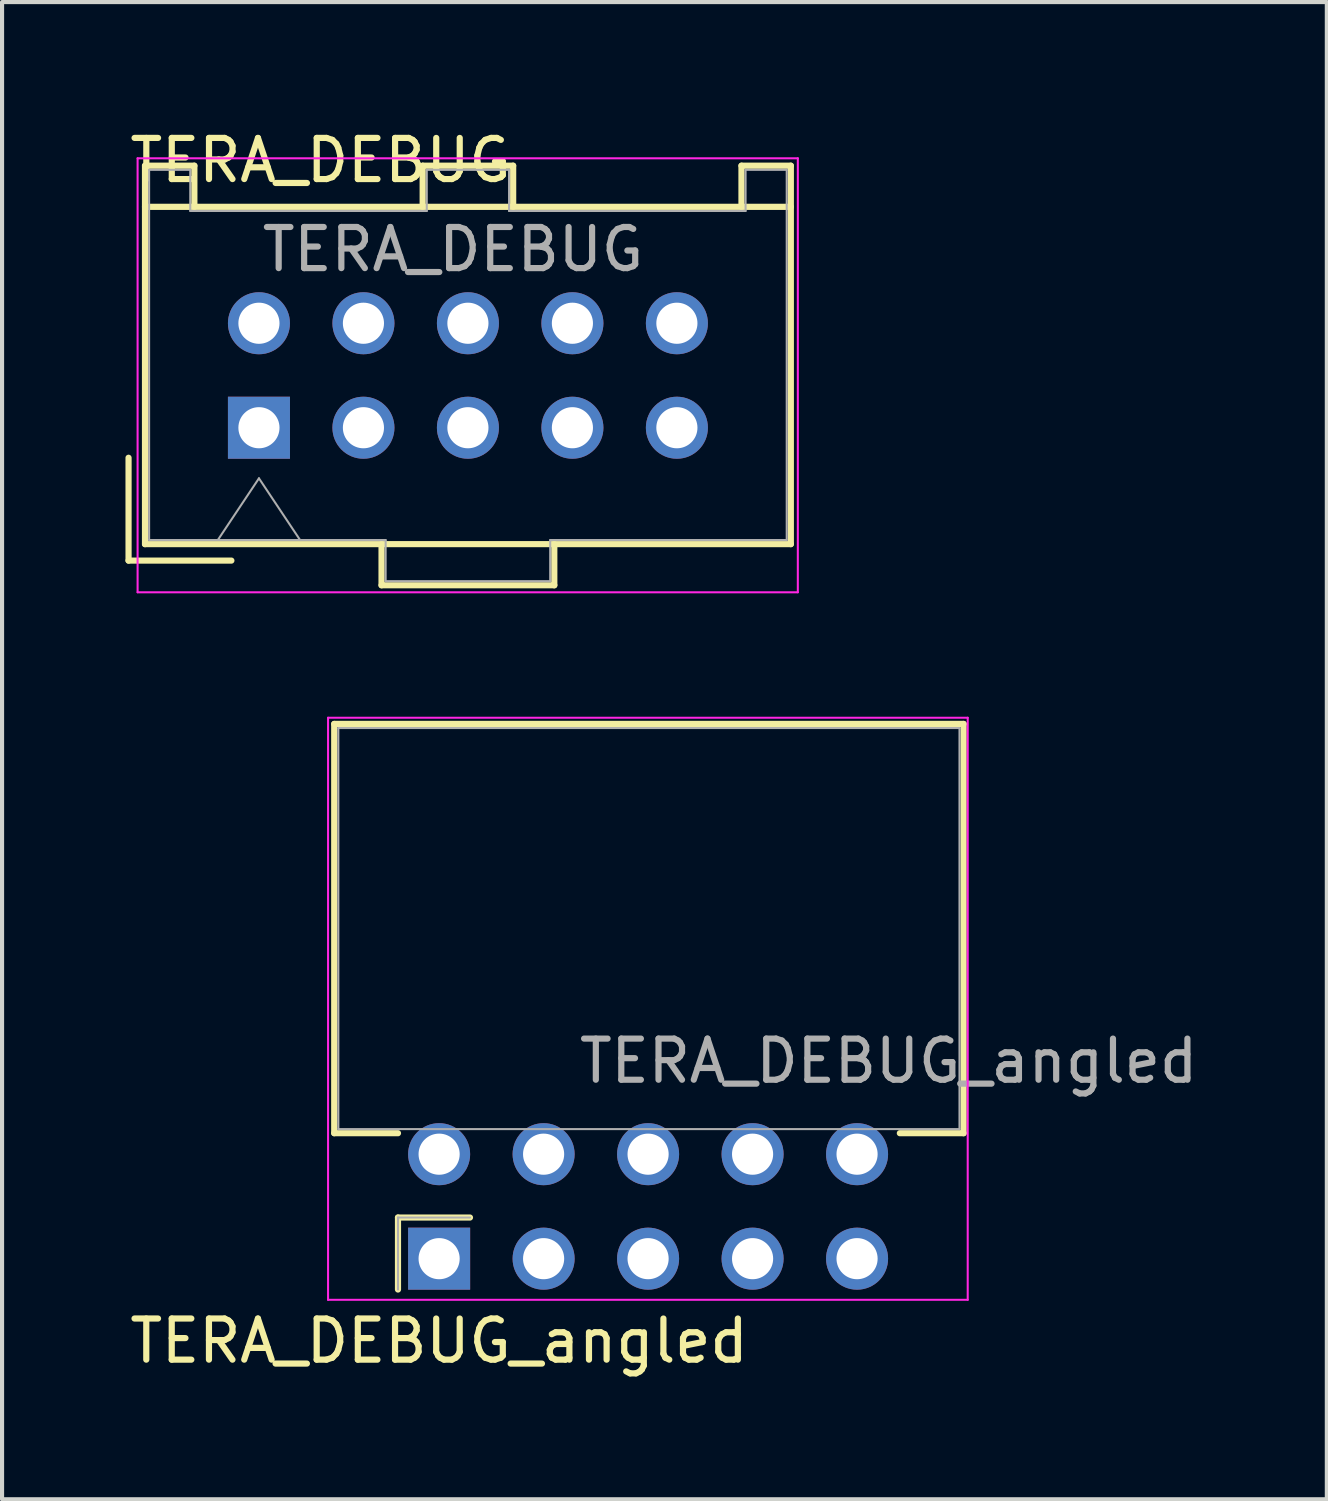
<source format=kicad_pcb>
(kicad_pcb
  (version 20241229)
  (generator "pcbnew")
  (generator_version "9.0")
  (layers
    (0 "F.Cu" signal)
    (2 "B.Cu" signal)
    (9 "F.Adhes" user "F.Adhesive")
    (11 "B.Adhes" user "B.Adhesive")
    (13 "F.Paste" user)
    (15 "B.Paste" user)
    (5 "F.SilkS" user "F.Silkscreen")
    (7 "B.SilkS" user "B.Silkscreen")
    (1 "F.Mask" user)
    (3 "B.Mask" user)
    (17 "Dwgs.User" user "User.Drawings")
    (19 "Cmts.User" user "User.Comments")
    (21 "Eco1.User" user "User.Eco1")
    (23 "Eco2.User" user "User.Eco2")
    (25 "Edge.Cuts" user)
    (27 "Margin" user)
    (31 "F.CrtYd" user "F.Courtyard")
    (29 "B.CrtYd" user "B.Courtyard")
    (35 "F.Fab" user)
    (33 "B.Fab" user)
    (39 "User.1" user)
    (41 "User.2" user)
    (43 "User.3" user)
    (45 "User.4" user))
  (footprint "TERA_DEBUG_angled"
    (layer "F.Cu")
    (at 7.625 27.548)
    (property "Reference" "TERA_DEBUG_angled" (at 3.33 -4.22 180) (layer "F.Fab") (effects (font (size 1 1) (thickness 0.15)) (justify left bottom)))
    (attr through_hole)
    (fp_line (start -2.55 -13) (end 12.75 -13) (stroke (width 0.15) (type solid)) (layer "F.SilkS"))
    (fp_line (start -2.55 -3.05) (end -2.55 -13) (stroke (width 0.15) (type solid)) (layer "F.SilkS"))
    (fp_line (start -1 -3.05) (end -2.55 -3.05) (stroke (width 0.15) (type solid)) (layer "F.SilkS"))
    (fp_line (start -1 -1) (end -1 0.75) (stroke (width 0.15) (type solid)) (layer "F.SilkS"))
    (fp_line (start 0.75 -1) (end -1 -1) (stroke (width 0.15) (type solid)) (layer "F.SilkS"))
    (fp_line (start 12.75 -13) (end 12.75 -3.05) (stroke (width 0.15) (type solid)) (layer "F.SilkS"))
    (fp_line (start 12.75 -3.05) (end 11.2 -3.05) (stroke (width 0.15) (type solid)) (layer "F.SilkS"))
    (fp_line (start -2.7 1) (end -2.7 -13.15) (stroke (width 0.05) (type solid)) (layer "F.CrtYd"))
    (fp_line (start -2.7 1) (end 12.85 1) (stroke (width 0.05) (type solid)) (layer "F.CrtYd"))
    (fp_line (start 12.85 -13.15) (end -2.7 -13.15) (stroke (width 0.05) (type solid)) (layer "F.CrtYd"))
    (fp_line (start 12.85 1) (end 12.85 -13.15) (stroke (width 0.05) (type solid)) (layer "F.CrtYd"))
    (fp_line (start -2.45 -12.9) (end -2.45 -3.15) (stroke (width 0.05) (type solid)) (layer "F.Fab"))
    (fp_line (start -2.45 -3.15) (end 12.65 -3.15) (stroke (width 0.05) (type solid)) (layer "F.Fab"))
    (fp_line (start -1 -1) (end -1 0.75) (stroke (width 0.05) (type solid)) (layer "F.Fab"))
    (fp_line (start 0.75 -1) (end -1 -1) (stroke (width 0.05) (type solid)) (layer "F.Fab"))
    (fp_line (start 12.65 -12.9) (end -2.45 -12.9) (stroke (width 0.05) (type solid)) (layer "F.Fab"))
    (fp_line (start 12.65 -3.15) (end 12.65 -12.9) (stroke (width 0.05) (type solid)) (layer "F.Fab"))
    (fp_text user "${REFERENCE}" (at 0 2 0) (layer "F.SilkS") (effects (font (size 1 1) (thickness 0.15))))
    (pad "1" thru_hole rect (at 0 0) (size 1.508 1.508) (drill 1) (layers "*.Cu" "*.Mask"))
    (pad "2" thru_hole circle (at 0 -2.54) (size 1.508 1.508) (drill 1) (layers "*.Cu" "*.Mask"))
    (pad "3" thru_hole circle (at 2.54 0) (size 1.508 1.508) (drill 1) (layers "*.Cu" "*.Mask"))
    (pad "4" thru_hole circle (at 2.54 -2.54) (size 1.508 1.508) (drill 1) (layers "*.Cu" "*.Mask"))
    (pad "5" thru_hole circle (at 5.08 0) (size 1.508 1.508) (drill 1) (layers "*.Cu" "*.Mask"))
    (pad "6" thru_hole circle (at 5.08 -2.54) (size 1.508 1.508) (drill 1) (layers "*.Cu" "*.Mask"))
    (pad "7" thru_hole circle (at 7.62 0) (size 1.508 1.508) (drill 1) (layers "*.Cu" "*.Mask"))
    (pad "8" thru_hole circle (at 7.62 -2.54) (size 1.508 1.508) (drill 1) (layers "*.Cu" "*.Mask"))
    (pad "9" thru_hole circle (at 10.16 0) (size 1.508 1.508) (drill 1) (layers "*.Cu" "*.Mask"))
    (pad "10" thru_hole circle (at 10.16 -2.54) (size 1.508 1.508) (drill 1) (layers "*.Cu" "*.Mask")))
  (footprint "TERA_DEBUG"
    (layer "F.Cu")
    (at 3.245 7.348)
    (property "Reference" "TERA_DEBUG" (at 0 -3.75 0) (layer "F.Fab") (effects (font (size 1 1) (thickness 0.15)) (justify left bottom)))
    (attr through_hole)
    (fp_line (start -3.17 0.73) (end -3.17 3.23) (stroke (width 0.15) (type solid)) (layer "F.SilkS"))
    (fp_line (start -3.17 3.23) (end -0.67 3.23) (stroke (width 0.15) (type solid)) (layer "F.SilkS"))
    (fp_line (start -2.77 -6.37) (end -1.57 -6.37) (stroke (width 0.15) (type solid)) (layer "F.SilkS"))
    (fp_line (start -2.77 2.83) (end -2.77 -6.37) (stroke (width 0.15) (type solid)) (layer "F.SilkS"))
    (fp_line (start -1.57 -6.37) (end -1.57 -5.37) (stroke (width 0.15) (type solid)) (layer "F.SilkS"))
    (fp_line (start 2.98 3.83) (end 2.98 2.83) (stroke (width 0.15) (type solid)) (layer "F.SilkS"))
    (fp_line (start 2.98 3.83) (end 7.18 3.83) (stroke (width 0.15) (type solid)) (layer "F.SilkS"))
    (fp_line (start 3.98 -6.37) (end 6.18 -6.37) (stroke (width 0.15) (type solid)) (layer "F.SilkS"))
    (fp_line (start 3.98 -5.37) (end 3.98 -6.37) (stroke (width 0.15) (type solid)) (layer "F.SilkS"))
    (fp_line (start 6.18 -6.37) (end 6.18 -5.37) (stroke (width 0.15) (type solid)) (layer "F.SilkS"))
    (fp_line (start 7.18 3.83) (end 7.18 2.83) (stroke (width 0.15) (type solid)) (layer "F.SilkS"))
    (fp_line (start 11.73 -6.37) (end 11.73 -5.37) (stroke (width 0.15) (type solid)) (layer "F.SilkS"))
    (fp_line (start 12.93 -6.37) (end 11.73 -6.37) (stroke (width 0.15) (type solid)) (layer "F.SilkS"))
    (fp_line (start 12.93 -5.37) (end -2.77 -5.37) (stroke (width 0.15) (type solid)) (layer "F.SilkS"))
    (fp_line (start 12.93 2.83) (end -2.77 2.83) (stroke (width 0.15) (type solid)) (layer "F.SilkS"))
    (fp_line (start 12.93 2.83) (end 12.93 -6.37) (stroke (width 0.15) (type solid)) (layer "F.SilkS"))
    (fp_line (start -2.95 -6.55) (end -2.95 4) (stroke (width 0.05) (type solid)) (layer "F.CrtYd"))
    (fp_line (start -2.95 -6.55) (end 13.1 -6.55) (stroke (width 0.05) (type solid)) (layer "F.CrtYd"))
    (fp_line (start -2.95 4) (end 13.1 4) (stroke (width 0.05) (type solid)) (layer "F.CrtYd"))
    (fp_line (start 13.1 4) (end 13.1 -6.55) (stroke (width 0.05) (type solid)) (layer "F.CrtYd"))
    (fp_line (start -2.67 -6.27) (end -1.67 -6.27) (stroke (width 0.05) (type solid)) (layer "F.Fab"))
    (fp_line (start -2.67 2.73) (end -2.67 -6.27) (stroke (width 0.05) (type solid)) (layer "F.Fab"))
    (fp_line (start -1.67 -6.27) (end -1.67 -5.27) (stroke (width 0.05) (type solid)) (layer "F.Fab"))
    (fp_line (start -1 2.73) (end 0 1.23) (stroke (width 0.05) (type solid)) (layer "F.Fab"))
    (fp_line (start 0 1.23) (end 1 2.73) (stroke (width 0.05) (type solid)) (layer "F.Fab"))
    (fp_line (start 3.08 2.73) (end -2.67 2.73) (stroke (width 0.05) (type solid)) (layer "F.Fab"))
    (fp_line (start 3.08 3.73) (end 3.08 2.73) (stroke (width 0.05) (type solid)) (layer "F.Fab"))
    (fp_line (start 3.08 3.73) (end 7.08 3.73) (stroke (width 0.05) (type solid)) (layer "F.Fab"))
    (fp_line (start 4.08 -6.27) (end 6.08 -6.27) (stroke (width 0.05) (type solid)) (layer "F.Fab"))
    (fp_line (start 4.08 -5.27) (end -1.67 -5.27) (stroke (width 0.05) (type solid)) (layer "F.Fab"))
    (fp_line (start 4.08 -5.27) (end 4.08 -6.27) (stroke (width 0.05) (type solid)) (layer "F.Fab"))
    (fp_line (start 6.08 -6.27) (end 6.08 -5.27) (stroke (width 0.05) (type solid)) (layer "F.Fab"))
    (fp_line (start 7.08 2.73) (end 12.83 2.73) (stroke (width 0.05) (type solid)) (layer "F.Fab"))
    (fp_line (start 7.08 3.73) (end 7.08 2.73) (stroke (width 0.05) (type solid)) (layer "F.Fab"))
    (fp_line (start 11.83 -6.27) (end 11.83 -5.27) (stroke (width 0.05) (type solid)) (layer "F.Fab"))
    (fp_line (start 11.83 -5.27) (end 6.08 -5.27) (stroke (width 0.05) (type solid)) (layer "F.Fab"))
    (fp_line (start 12.83 -6.27) (end 11.83 -6.27) (stroke (width 0.05) (type solid)) (layer "F.Fab"))
    (fp_line (start 12.83 2.73) (end 12.83 -6.27) (stroke (width 0.05) (type solid)) (layer "F.Fab"))
    (fp_text user "${REFERENCE}" (at 1.5 -6.5 0) (layer "F.SilkS") (effects (font (size 1 1) (thickness 0.15))))
    (pad "1" thru_hole rect (at 0 0) (size 1.508 1.508) (drill 1) (layers "*.Cu" "*.Mask"))
    (pad "2" thru_hole circle (at 0 -2.54) (size 1.508 1.508) (drill 1) (layers "*.Cu" "*.Mask"))
    (pad "3" thru_hole circle (at 2.54 0) (size 1.508 1.508) (drill 1) (layers "*.Cu" "*.Mask"))
    (pad "4" thru_hole circle (at 2.54 -2.54) (size 1.508 1.508) (drill 1) (layers "*.Cu" "*.Mask"))
    (pad "5" thru_hole circle (at 5.08 0) (size 1.508 1.508) (drill 1) (layers "*.Cu" "*.Mask"))
    (pad "6" thru_hole circle (at 5.08 -2.54) (size 1.508 1.508) (drill 1) (layers "*.Cu" "*.Mask"))
    (pad "7" thru_hole circle (at 7.62 0) (size 1.508 1.508) (drill 1) (layers "*.Cu" "*.Mask"))
    (pad "8" thru_hole circle (at 7.62 -2.54) (size 1.508 1.508) (drill 1) (layers "*.Cu" "*.Mask"))
    (pad "9" thru_hole circle (at 10.16 0) (size 1.508 1.508) (drill 1) (layers "*.Cu" "*.Mask"))
    (pad "10" thru_hole circle (at 10.16 -2.54) (size 1.508 1.508) (drill 1) (layers "*.Cu" "*.Mask")))
  (gr_rect
    (start -3 -3)
    (end 29.205 33.397)
    (stroke (width 0.1) (type default))
    (fill no)
    (layer "Edge.Cuts")))
</source>
